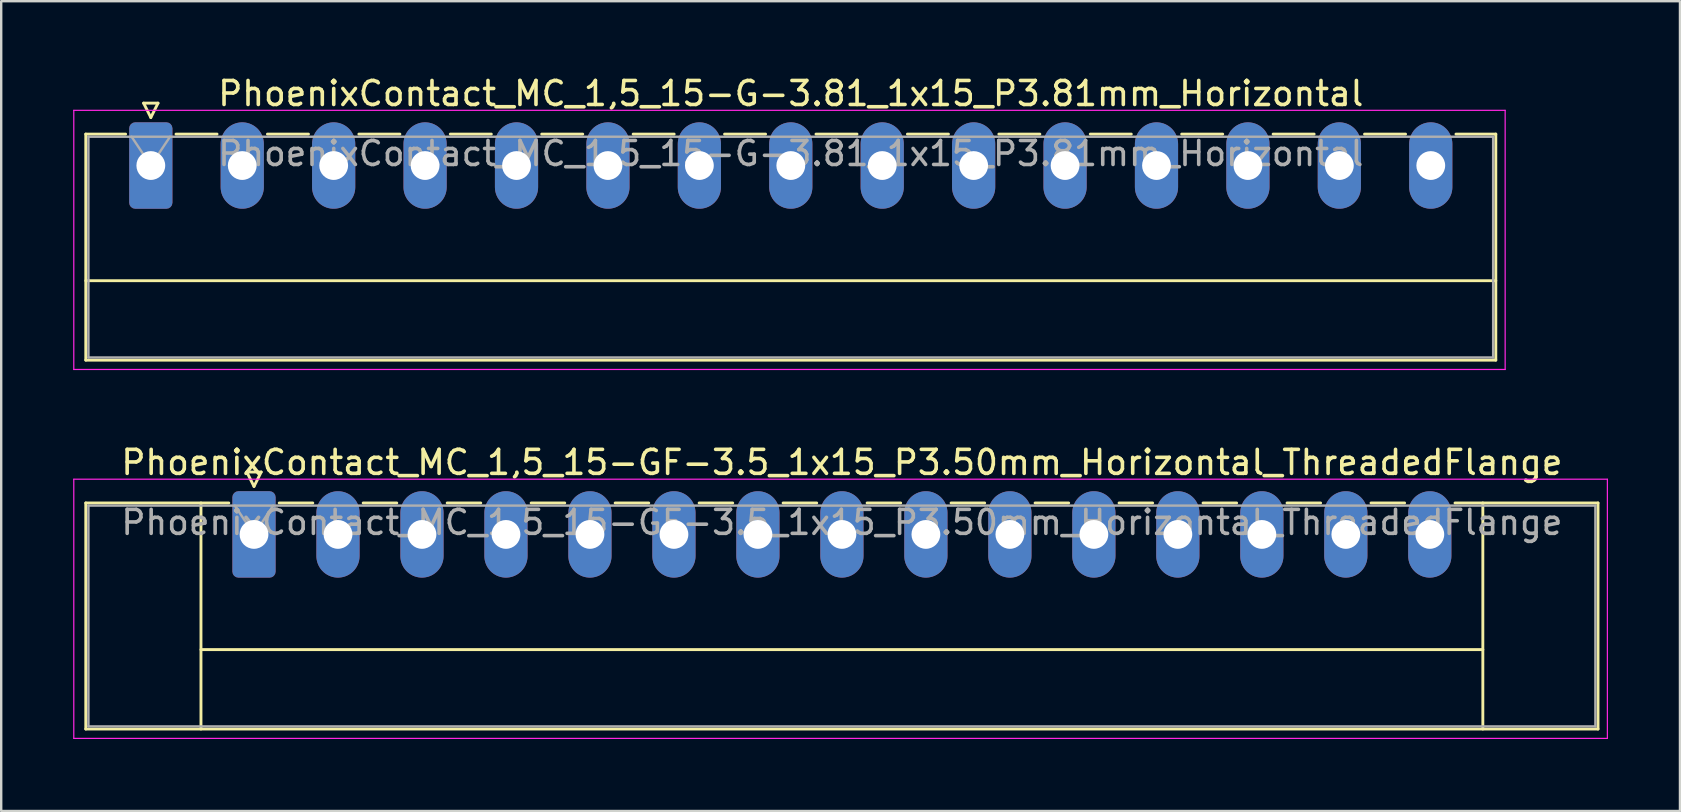
<source format=kicad_pcb>
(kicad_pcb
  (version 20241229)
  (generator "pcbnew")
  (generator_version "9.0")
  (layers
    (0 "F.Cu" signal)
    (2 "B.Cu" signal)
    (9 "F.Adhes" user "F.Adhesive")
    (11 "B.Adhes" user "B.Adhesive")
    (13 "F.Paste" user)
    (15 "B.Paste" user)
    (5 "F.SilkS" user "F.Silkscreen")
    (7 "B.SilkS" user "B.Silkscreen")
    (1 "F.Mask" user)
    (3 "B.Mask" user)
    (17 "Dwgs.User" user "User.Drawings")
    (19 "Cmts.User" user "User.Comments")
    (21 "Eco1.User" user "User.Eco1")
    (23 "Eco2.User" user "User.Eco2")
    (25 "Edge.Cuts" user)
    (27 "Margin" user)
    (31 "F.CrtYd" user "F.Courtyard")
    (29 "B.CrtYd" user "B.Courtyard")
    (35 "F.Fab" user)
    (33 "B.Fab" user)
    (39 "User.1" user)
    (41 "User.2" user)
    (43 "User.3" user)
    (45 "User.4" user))
  (footprint "PhoenixContact_MC_1,5_15-GF-3.5_1x15_P3.50mm_Horizontal_ThreadedFlange"
    (layer "F.Cu")
    (at 7.535 19.221)
    (property "Reference" "PhoenixContact_MC_1,5_15-GF-3.5_1x15_P3.50mm_Horizontal_ThreadedFlange" (at 24.5 -3 0) (layer "F.SilkS") (effects (font (size 1 1) (thickness 0.15))))
    (attr through_hole)
    (fp_line (start -7.01 -1.31) (end -7.01 8.11) (stroke (width 0.12) (type solid)) (layer "F.SilkS"))
    (fp_line (start -7.01 -1.31) (end -1.05 -1.31) (stroke (width 0.12) (type solid)) (layer "F.SilkS"))
    (fp_line (start -7.01 8.11) (end 56.01 8.11) (stroke (width 0.12) (type solid)) (layer "F.SilkS"))
    (fp_line (start -2.21 -1.31) (end -2.21 8.11) (stroke (width 0.12) (type solid)) (layer "F.SilkS"))
    (fp_line (start -2.21 4.8) (end 51.21 4.8) (stroke (width 0.12) (type solid)) (layer "F.SilkS"))
    (fp_line (start -0.3 -2.6) (end 0.3 -2.6) (stroke (width 0.12) (type solid)) (layer "F.SilkS"))
    (fp_line (start 0 -2) (end -0.3 -2.6) (stroke (width 0.12) (type solid)) (layer "F.SilkS"))
    (fp_line (start 0.3 -2.6) (end 0 -2) (stroke (width 0.12) (type solid)) (layer "F.SilkS"))
    (fp_line (start 1.05 -1.31) (end 2.45 -1.31) (stroke (width 0.12) (type solid)) (layer "F.SilkS"))
    (fp_line (start 4.55 -1.31) (end 5.95 -1.31) (stroke (width 0.12) (type solid)) (layer "F.SilkS"))
    (fp_line (start 8.05 -1.31) (end 9.45 -1.31) (stroke (width 0.12) (type solid)) (layer "F.SilkS"))
    (fp_line (start 11.55 -1.31) (end 12.95 -1.31) (stroke (width 0.12) (type solid)) (layer "F.SilkS"))
    (fp_line (start 15.05 -1.31) (end 16.45 -1.31) (stroke (width 0.12) (type solid)) (layer "F.SilkS"))
    (fp_line (start 18.55 -1.31) (end 19.95 -1.31) (stroke (width 0.12) (type solid)) (layer "F.SilkS"))
    (fp_line (start 22.05 -1.31) (end 23.45 -1.31) (stroke (width 0.12) (type solid)) (layer "F.SilkS"))
    (fp_line (start 25.55 -1.31) (end 26.95 -1.31) (stroke (width 0.12) (type solid)) (layer "F.SilkS"))
    (fp_line (start 29.05 -1.31) (end 30.45 -1.31) (stroke (width 0.12) (type solid)) (layer "F.SilkS"))
    (fp_line (start 32.55 -1.31) (end 33.95 -1.31) (stroke (width 0.12) (type solid)) (layer "F.SilkS"))
    (fp_line (start 36.05 -1.31) (end 37.45 -1.31) (stroke (width 0.12) (type solid)) (layer "F.SilkS"))
    (fp_line (start 39.55 -1.31) (end 40.95 -1.31) (stroke (width 0.12) (type solid)) (layer "F.SilkS"))
    (fp_line (start 43.05 -1.31) (end 44.45 -1.31) (stroke (width 0.12) (type solid)) (layer "F.SilkS"))
    (fp_line (start 46.55 -1.31) (end 47.95 -1.31) (stroke (width 0.12) (type solid)) (layer "F.SilkS"))
    (fp_line (start 51.21 -1.31) (end 51.21 8.11) (stroke (width 0.12) (type solid)) (layer "F.SilkS"))
    (fp_line (start 56.01 -1.31) (end 50.05 -1.31) (stroke (width 0.12) (type solid)) (layer "F.SilkS"))
    (fp_line (start 56.01 8.11) (end 56.01 -1.31) (stroke (width 0.12) (type solid)) (layer "F.SilkS"))
    (fp_line (start -7.51 -2.3) (end -7.51 8.5) (stroke (width 0.05) (type solid)) (layer "F.CrtYd"))
    (fp_line (start -7.51 8.5) (end 56.4 8.5) (stroke (width 0.05) (type solid)) (layer "F.CrtYd"))
    (fp_line (start 56.4 -2.3) (end -7.51 -2.3) (stroke (width 0.05) (type solid)) (layer "F.CrtYd"))
    (fp_line (start 56.4 8.5) (end 56.4 -2.3) (stroke (width 0.05) (type solid)) (layer "F.CrtYd"))
    (fp_line (start -6.9 -1.2) (end -6.9 8) (stroke (width 0.1) (type solid)) (layer "F.Fab"))
    (fp_line (start -6.9 8) (end 55.9 8) (stroke (width 0.1) (type solid)) (layer "F.Fab"))
    (fp_line (start 0 0) (end -0.8 -1.2) (stroke (width 0.1) (type solid)) (layer "F.Fab"))
    (fp_line (start 0.8 -1.2) (end 0 0) (stroke (width 0.1) (type solid)) (layer "F.Fab"))
    (fp_line (start 55.9 -1.2) (end -6.9 -1.2) (stroke (width 0.1) (type solid)) (layer "F.Fab"))
    (fp_line (start 55.9 8) (end 55.9 -1.2) (stroke (width 0.1) (type solid)) (layer "F.Fab"))
    (fp_text user "${REFERENCE}" (at 24.5 -0.5 0) (layer "F.Fab") (effects (font (size 1 1) (thickness 0.15))))
    (pad "1" thru_hole roundrect (at 0 0) (size 1.8 3.6) (drill 1.2) (layers "*.Cu" "*.Mask") (roundrect_rratio 0.139))
    (pad "2" thru_hole oval (at 3.5 0) (size 1.8 3.6) (drill 1.2) (layers "*.Cu" "*.Mask"))
    (pad "3" thru_hole oval (at 7 0) (size 1.8 3.6) (drill 1.2) (layers "*.Cu" "*.Mask"))
    (pad "4" thru_hole oval (at 10.5 0) (size 1.8 3.6) (drill 1.2) (layers "*.Cu" "*.Mask"))
    (pad "5" thru_hole oval (at 14 0) (size 1.8 3.6) (drill 1.2) (layers "*.Cu" "*.Mask"))
    (pad "6" thru_hole oval (at 17.5 0) (size 1.8 3.6) (drill 1.2) (layers "*.Cu" "*.Mask"))
    (pad "7" thru_hole oval (at 21 0) (size 1.8 3.6) (drill 1.2) (layers "*.Cu" "*.Mask"))
    (pad "8" thru_hole oval (at 24.5 0) (size 1.8 3.6) (drill 1.2) (layers "*.Cu" "*.Mask"))
    (pad "9" thru_hole oval (at 28 0) (size 1.8 3.6) (drill 1.2) (layers "*.Cu" "*.Mask"))
    (pad "10" thru_hole oval (at 31.5 0) (size 1.8 3.6) (drill 1.2) (layers "*.Cu" "*.Mask"))
    (pad "11" thru_hole oval (at 35 0) (size 1.8 3.6) (drill 1.2) (layers "*.Cu" "*.Mask"))
    (pad "12" thru_hole oval (at 38.5 0) (size 1.8 3.6) (drill 1.2) (layers "*.Cu" "*.Mask"))
    (pad "13" thru_hole oval (at 42 0) (size 1.8 3.6) (drill 1.2) (layers "*.Cu" "*.Mask"))
    (pad "14" thru_hole oval (at 45.5 0) (size 1.8 3.6) (drill 1.2) (layers "*.Cu" "*.Mask"))
    (pad "15" thru_hole oval (at 49 0) (size 1.8 3.6) (drill 1.2) (layers "*.Cu" "*.Mask")))
  (footprint "PhoenixContact_MC_1,5_15-G-3.81_1x15_P3.81mm_Horizontal"
    (layer "F.Cu")
    (at 3.235 3.848)
    (property "Reference" "PhoenixContact_MC_1,5_15-G-3.81_1x15_P3.81mm_Horizontal" (at 26.67 -3 0) (layer "F.SilkS") (effects (font (size 1 1) (thickness 0.15))))
    (attr through_hole)
    (fp_line (start -2.71 -1.31) (end -2.71 8.11) (stroke (width 0.12) (type solid)) (layer "F.SilkS"))
    (fp_line (start -2.71 -1.31) (end -1.05 -1.31) (stroke (width 0.12) (type solid)) (layer "F.SilkS"))
    (fp_line (start -2.71 4.8) (end 56.05 4.8) (stroke (width 0.12) (type solid)) (layer "F.SilkS"))
    (fp_line (start -2.71 8.11) (end 56.05 8.11) (stroke (width 0.12) (type solid)) (layer "F.SilkS"))
    (fp_line (start -0.3 -2.6) (end 0.3 -2.6) (stroke (width 0.12) (type solid)) (layer "F.SilkS"))
    (fp_line (start 0 -2) (end -0.3 -2.6) (stroke (width 0.12) (type solid)) (layer "F.SilkS"))
    (fp_line (start 0.3 -2.6) (end 0 -2) (stroke (width 0.12) (type solid)) (layer "F.SilkS"))
    (fp_line (start 1.05 -1.31) (end 2.76 -1.31) (stroke (width 0.12) (type solid)) (layer "F.SilkS"))
    (fp_line (start 4.86 -1.31) (end 6.57 -1.31) (stroke (width 0.12) (type solid)) (layer "F.SilkS"))
    (fp_line (start 8.67 -1.31) (end 10.38 -1.31) (stroke (width 0.12) (type solid)) (layer "F.SilkS"))
    (fp_line (start 12.48 -1.31) (end 14.19 -1.31) (stroke (width 0.12) (type solid)) (layer "F.SilkS"))
    (fp_line (start 16.29 -1.31) (end 18 -1.31) (stroke (width 0.12) (type solid)) (layer "F.SilkS"))
    (fp_line (start 20.1 -1.31) (end 21.81 -1.31) (stroke (width 0.12) (type solid)) (layer "F.SilkS"))
    (fp_line (start 23.91 -1.31) (end 25.62 -1.31) (stroke (width 0.12) (type solid)) (layer "F.SilkS"))
    (fp_line (start 27.72 -1.31) (end 29.43 -1.31) (stroke (width 0.12) (type solid)) (layer "F.SilkS"))
    (fp_line (start 31.53 -1.31) (end 33.24 -1.31) (stroke (width 0.12) (type solid)) (layer "F.SilkS"))
    (fp_line (start 35.34 -1.31) (end 37.05 -1.31) (stroke (width 0.12) (type solid)) (layer "F.SilkS"))
    (fp_line (start 39.15 -1.31) (end 40.86 -1.31) (stroke (width 0.12) (type solid)) (layer "F.SilkS"))
    (fp_line (start 42.96 -1.31) (end 44.67 -1.31) (stroke (width 0.12) (type solid)) (layer "F.SilkS"))
    (fp_line (start 46.77 -1.31) (end 48.48 -1.31) (stroke (width 0.12) (type solid)) (layer "F.SilkS"))
    (fp_line (start 50.58 -1.31) (end 52.29 -1.31) (stroke (width 0.12) (type solid)) (layer "F.SilkS"))
    (fp_line (start 56.05 -1.31) (end 54.39 -1.31) (stroke (width 0.12) (type solid)) (layer "F.SilkS"))
    (fp_line (start 56.05 8.11) (end 56.05 -1.31) (stroke (width 0.12) (type solid)) (layer "F.SilkS"))
    (fp_line (start -3.21 -2.3) (end -3.21 8.5) (stroke (width 0.05) (type solid)) (layer "F.CrtYd"))
    (fp_line (start -3.21 8.5) (end 56.44 8.5) (stroke (width 0.05) (type solid)) (layer "F.CrtYd"))
    (fp_line (start 56.44 -2.3) (end -3.21 -2.3) (stroke (width 0.05) (type solid)) (layer "F.CrtYd"))
    (fp_line (start 56.44 8.5) (end 56.44 -2.3) (stroke (width 0.05) (type solid)) (layer "F.CrtYd"))
    (fp_line (start -2.6 -1.2) (end -2.6 8) (stroke (width 0.1) (type solid)) (layer "F.Fab"))
    (fp_line (start -2.6 8) (end 55.94 8) (stroke (width 0.1) (type solid)) (layer "F.Fab"))
    (fp_line (start 0 0) (end -0.8 -1.2) (stroke (width 0.1) (type solid)) (layer "F.Fab"))
    (fp_line (start 0.8 -1.2) (end 0 0) (stroke (width 0.1) (type solid)) (layer "F.Fab"))
    (fp_line (start 55.94 -1.2) (end -2.6 -1.2) (stroke (width 0.1) (type solid)) (layer "F.Fab"))
    (fp_line (start 55.94 8) (end 55.94 -1.2) (stroke (width 0.1) (type solid)) (layer "F.Fab"))
    (fp_text user "${REFERENCE}" (at 26.67 -0.5 0) (layer "F.Fab") (effects (font (size 1 1) (thickness 0.15))))
    (pad "1" thru_hole roundrect (at 0 0) (size 1.8 3.6) (drill 1.2) (layers "*.Cu" "*.Mask") (roundrect_rratio 0.139))
    (pad "2" thru_hole oval (at 3.81 0) (size 1.8 3.6) (drill 1.2) (layers "*.Cu" "*.Mask"))
    (pad "3" thru_hole oval (at 7.62 0) (size 1.8 3.6) (drill 1.2) (layers "*.Cu" "*.Mask"))
    (pad "4" thru_hole oval (at 11.43 0) (size 1.8 3.6) (drill 1.2) (layers "*.Cu" "*.Mask"))
    (pad "5" thru_hole oval (at 15.24 0) (size 1.8 3.6) (drill 1.2) (layers "*.Cu" "*.Mask"))
    (pad "6" thru_hole oval (at 19.05 0) (size 1.8 3.6) (drill 1.2) (layers "*.Cu" "*.Mask"))
    (pad "7" thru_hole oval (at 22.86 0) (size 1.8 3.6) (drill 1.2) (layers "*.Cu" "*.Mask"))
    (pad "8" thru_hole oval (at 26.67 0) (size 1.8 3.6) (drill 1.2) (layers "*.Cu" "*.Mask"))
    (pad "9" thru_hole oval (at 30.48 0) (size 1.8 3.6) (drill 1.2) (layers "*.Cu" "*.Mask"))
    (pad "10" thru_hole oval (at 34.29 0) (size 1.8 3.6) (drill 1.2) (layers "*.Cu" "*.Mask"))
    (pad "11" thru_hole oval (at 38.1 0) (size 1.8 3.6) (drill 1.2) (layers "*.Cu" "*.Mask"))
    (pad "12" thru_hole oval (at 41.91 0) (size 1.8 3.6) (drill 1.2) (layers "*.Cu" "*.Mask"))
    (pad "13" thru_hole oval (at 45.72 0) (size 1.8 3.6) (drill 1.2) (layers "*.Cu" "*.Mask"))
    (pad "14" thru_hole oval (at 49.53 0) (size 1.8 3.6) (drill 1.2) (layers "*.Cu" "*.Mask"))
    (pad "15" thru_hole oval (at 53.34 0) (size 1.8 3.6) (drill 1.2) (layers "*.Cu" "*.Mask")))
  (gr_rect
    (start -3 -3)
    (end 66.96 30.747)
    (stroke (width 0.1) (type default))
    (fill no)
    (layer "Edge.Cuts")))
</source>
